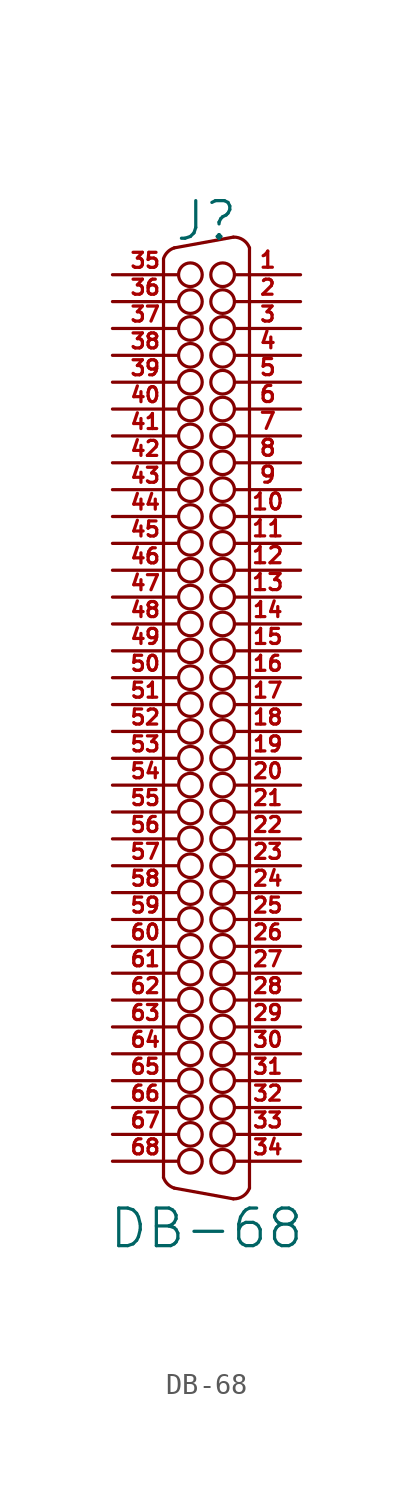
<source format=kicad_sym>
(kicad_symbol_lib
  (version 20201005)
  (generator kicad_symbol_editor)
  (symbol "DB-68"
    (pin_names
      (offset 1.016) hide)
    (property "Reference" "J"
      (at 0 23.495 0)
      (effects (font (size 1.778 1.778))))
    (property "Value" "DB-68"
      (at 0 -24.13 0)
      (effects (font (size 1.778 1.778))))
    (property "Footprint" ""
      (at 0 0 0)
      (effects (font (size 1.524 1.524))))
    (property "Datasheet" ""
      (at 0 0 0)
      (effects (font (size 1.524 1.524))))
    (symbol "DB-68_0_1"
      (arc (start -2.032 -21.717) (end -1.524 -22.225) (radius (at -1.27 -21.463) (length 0.7874) (angles -161.5 -108.4)) (stroke (width 0)) (fill (type none)))
      (arc (start -2.032 21.717) (end -1.524 22.225) (radius (at -1.27 21.463) (length 0.7874) (angles 161.5 108.4)) (stroke (width 0)) (fill (type none)))
      (arc (start 1.27 -22.733) (end 2.032 -22.225) (radius (at 1.2954 -21.9456) (length 0.7874) (angles -91.8 -20.7)) (stroke (width 0)) (fill (type none)))
      (arc (start 2.032 22.225) (end 1.27 22.733) (radius (at 1.2954 21.9456) (length 0.7874) (angles 20.7 91.8)) (stroke (width 0)) (fill (type none)))
      (circle (center -0.762 -20.955) (radius 0.559) (stroke (width 0)) (fill (type none)))
      (circle (center -0.762 -19.685) (radius 0.559) (stroke (width 0)) (fill (type none)))
      (circle (center -0.762 -18.415) (radius 0.559) (stroke (width 0)) (fill (type none)))
      (circle (center -0.762 -17.145) (radius 0.559) (stroke (width 0)) (fill (type none)))
      (circle (center -0.762 -15.875) (radius 0.559) (stroke (width 0)) (fill (type none)))
      (circle (center -0.762 -14.605) (radius 0.559) (stroke (width 0)) (fill (type none)))
      (circle (center -0.762 -13.335) (radius 0.559) (stroke (width 0)) (fill (type none)))
      (circle (center -0.762 -12.065) (radius 0.559) (stroke (width 0)) (fill (type none)))
      (circle (center -0.762 -10.795) (radius 0.559) (stroke (width 0)) (fill (type none)))
      (circle (center -0.762 -9.525) (radius 0.559) (stroke (width 0)) (fill (type none)))
      (circle (center -0.762 -8.255) (radius 0.559) (stroke (width 0)) (fill (type none)))
      (circle (center -0.762 -6.985) (radius 0.559) (stroke (width 0)) (fill (type none)))
      (circle (center -0.762 -5.715) (radius 0.559) (stroke (width 0)) (fill (type none)))
      (circle (center -0.762 -4.445) (radius 0.559) (stroke (width 0)) (fill (type none)))
      (circle (center -0.762 -3.175) (radius 0.559) (stroke (width 0)) (fill (type none)))
      (circle (center -0.762 -1.905) (radius 0.559) (stroke (width 0)) (fill (type none)))
      (circle (center -0.762 -0.635) (radius 0.559) (stroke (width 0)) (fill (type none)))
      (circle (center -0.762 0.635) (radius 0.559) (stroke (width 0)) (fill (type none)))
      (circle (center -0.762 1.905) (radius 0.559) (stroke (width 0)) (fill (type none)))
      (circle (center -0.762 3.175) (radius 0.559) (stroke (width 0)) (fill (type none)))
      (circle (center -0.762 4.445) (radius 0.559) (stroke (width 0)) (fill (type none)))
      (circle (center -0.762 5.715) (radius 0.559) (stroke (width 0)) (fill (type none)))
      (circle (center -0.762 6.985) (radius 0.559) (stroke (width 0)) (fill (type none)))
      (circle (center -0.762 8.255) (radius 0.559) (stroke (width 0)) (fill (type none)))
      (circle (center -0.762 9.525) (radius 0.559) (stroke (width 0)) (fill (type none)))
      (circle (center -0.762 10.795) (radius 0.559) (stroke (width 0)) (fill (type none)))
      (circle (center -0.762 12.065) (radius 0.559) (stroke (width 0)) (fill (type none)))
      (circle (center -0.762 13.335) (radius 0.559) (stroke (width 0)) (fill (type none)))
      (circle (center -0.762 14.605) (radius 0.559) (stroke (width 0)) (fill (type none)))
      (circle (center -0.762 15.875) (radius 0.559) (stroke (width 0)) (fill (type none)))
      (circle (center -0.762 17.145) (radius 0.559) (stroke (width 0)) (fill (type none)))
      (circle (center -0.762 18.415) (radius 0.559) (stroke (width 0)) (fill (type none)))
      (circle (center -0.762 19.685) (radius 0.559) (stroke (width 0)) (fill (type none)))
      (circle (center -0.762 20.955) (radius 0.559) (stroke (width 0)) (fill (type none)))
      (circle (center 0.762 -20.955) (radius 0.559) (stroke (width 0)) (fill (type none)))
      (circle (center 0.762 -19.685) (radius 0.559) (stroke (width 0)) (fill (type none)))
      (circle (center 0.762 -18.415) (radius 0.559) (stroke (width 0)) (fill (type none)))
      (circle (center 0.762 -17.145) (radius 0.559) (stroke (width 0)) (fill (type none)))
      (circle (center 0.762 -15.875) (radius 0.559) (stroke (width 0)) (fill (type none)))
      (circle (center 0.762 -14.605) (radius 0.559) (stroke (width 0)) (fill (type none)))
      (circle (center 0.762 -13.335) (radius 0.559) (stroke (width 0)) (fill (type none)))
      (circle (center 0.762 -12.065) (radius 0.559) (stroke (width 0)) (fill (type none)))
      (circle (center 0.762 -10.795) (radius 0.559) (stroke (width 0)) (fill (type none)))
      (circle (center 0.762 -9.525) (radius 0.559) (stroke (width 0)) (fill (type none)))
      (circle (center 0.762 -8.255) (radius 0.559) (stroke (width 0)) (fill (type none)))
      (circle (center 0.762 -6.985) (radius 0.559) (stroke (width 0)) (fill (type none)))
      (circle (center 0.762 -5.715) (radius 0.559) (stroke (width 0)) (fill (type none)))
      (circle (center 0.762 -4.445) (radius 0.559) (stroke (width 0)) (fill (type none)))
      (circle (center 0.762 -3.175) (radius 0.559) (stroke (width 0)) (fill (type none)))
      (circle (center 0.762 -1.905) (radius 0.559) (stroke (width 0)) (fill (type none)))
      (circle (center 0.762 -0.635) (radius 0.559) (stroke (width 0)) (fill (type none)))
      (circle (center 0.762 0.635) (radius 0.559) (stroke (width 0)) (fill (type none)))
      (circle (center 0.762 1.905) (radius 0.559) (stroke (width 0)) (fill (type none)))
      (circle (center 0.762 3.175) (radius 0.559) (stroke (width 0)) (fill (type none)))
      (circle (center 0.762 4.445) (radius 0.559) (stroke (width 0)) (fill (type none)))
      (circle (center 0.762 5.715) (radius 0.559) (stroke (width 0)) (fill (type none)))
      (circle (center 0.762 6.985) (radius 0.559) (stroke (width 0)) (fill (type none)))
      (circle (center 0.762 8.255) (radius 0.559) (stroke (width 0)) (fill (type none)))
      (circle (center 0.762 9.525) (radius 0.559) (stroke (width 0)) (fill (type none)))
      (circle (center 0.762 10.795) (radius 0.559) (stroke (width 0)) (fill (type none)))
      (circle (center 0.762 12.065) (radius 0.559) (stroke (width 0)) (fill (type none)))
      (circle (center 0.762 13.335) (radius 0.559) (stroke (width 0)) (fill (type none)))
      (circle (center 0.762 14.605) (radius 0.559) (stroke (width 0)) (fill (type none)))
      (circle (center 0.762 15.875) (radius 0.559) (stroke (width 0)) (fill (type none)))
      (circle (center 0.762 17.145) (radius 0.559) (stroke (width 0)) (fill (type none)))
      (circle (center 0.762 18.415) (radius 0.559) (stroke (width 0)) (fill (type none)))
      (circle (center 0.762 19.685) (radius 0.559) (stroke (width 0)) (fill (type none)))
      (circle (center 0.762 20.955) (radius 0.559) (stroke (width 0)) (fill (type none)))
      (polyline (pts (xy -2.032 -21.717) (xy -2.032 21.692)) (stroke (width 0)) (fill (type none)))
      (polyline (pts (xy 2.032 -22.225) (xy 2.032 22.225)) (stroke (width 0)) (fill (type none)))
      (polyline (pts (xy -1.524 -22.225) (xy 1.27 -22.733) (xy 1.27 -22.733)) (stroke (width 0)) (fill (type none)))
      (polyline (pts (xy -1.524 22.225) (xy 1.27 22.733) (xy 1.27 22.733)) (stroke (width 0)) (fill (type none))))
    (symbol "DB-68_1_1"
      (pin passive line (at 4.445 20.955 180) (length 3.099) (name "~" (effects (font (size 0.762 0.762)))) (number "1" (effects (font (size 0.762 0.762)))))
      (pin passive line (at 4.445 9.525 180) (length 3.099) (name "~" (effects (font (size 0.762 0.762)))) (number "10" (effects (font (size 0.762 0.762)))))
      (pin passive line (at 4.445 8.255 180) (length 3.099) (name "~" (effects (font (size 0.762 0.762)))) (number "11" (effects (font (size 0.762 0.762)))))
      (pin passive line (at 4.445 6.985 180) (length 3.099) (name "~" (effects (font (size 0.762 0.762)))) (number "12" (effects (font (size 0.762 0.762)))))
      (pin passive line (at 4.445 5.715 180) (length 3.099) (name "~" (effects (font (size 0.762 0.762)))) (number "13" (effects (font (size 0.762 0.762)))))
      (pin passive line (at 4.445 4.445 180) (length 3.099) (name "~" (effects (font (size 0.711 0.711)))) (number "14" (effects (font (size 0.711 0.711)))))
      (pin passive line (at 4.445 3.175 180) (length 3.099) (name "~" (effects (font (size 0.711 0.711)))) (number "15" (effects (font (size 0.711 0.711)))))
      (pin passive line (at 4.445 1.905 180) (length 3.099) (name "~" (effects (font (size 0.711 0.711)))) (number "16" (effects (font (size 0.711 0.711)))))
      (pin passive line (at 4.445 0.635 180) (length 3.099) (name "~" (effects (font (size 0.711 0.711)))) (number "17" (effects (font (size 0.711 0.711)))))
      (pin passive line (at 4.445 -0.635 180) (length 3.099) (name "~" (effects (font (size 0.711 0.711)))) (number "18" (effects (font (size 0.711 0.711)))))
      (pin passive line (at 4.445 -1.905 180) (length 3.099) (name "~" (effects (font (size 0.711 0.711)))) (number "19" (effects (font (size 0.711 0.711)))))
      (pin passive line (at 4.445 19.685 180) (length 3.099) (name "~" (effects (font (size 0.711 0.711)))) (number "2" (effects (font (size 0.711 0.711)))))
      (pin passive line (at 4.445 -3.175 180) (length 3.099) (name "~" (effects (font (size 0.711 0.711)))) (number "20" (effects (font (size 0.711 0.711)))))
      (pin passive line (at 4.445 -4.445 180) (length 3.099) (name "~" (effects (font (size 0.711 0.711)))) (number "21" (effects (font (size 0.711 0.711)))))
      (pin passive line (at 4.445 -5.715 180) (length 3.099) (name "~" (effects (font (size 0.711 0.711)))) (number "22" (effects (font (size 0.711 0.711)))))
      (pin passive line (at 4.445 -6.985 180) (length 3.099) (name "~" (effects (font (size 0.711 0.711)))) (number "23" (effects (font (size 0.711 0.711)))))
      (pin passive line (at 4.445 -8.255 180) (length 3.099) (name "~" (effects (font (size 0.711 0.711)))) (number "24" (effects (font (size 0.711 0.711)))))
      (pin passive line (at 4.445 -9.525 180) (length 3.099) (name "~" (effects (font (size 0.711 0.711)))) (number "25" (effects (font (size 0.711 0.711)))))
      (pin passive line (at 4.445 -10.795 180) (length 3.099) (name "~" (effects (font (size 0.711 0.711)))) (number "26" (effects (font (size 0.711 0.711)))))
      (pin passive line (at 4.445 -12.065 180) (length 3.099) (name "~" (effects (font (size 0.711 0.711)))) (number "27" (effects (font (size 0.711 0.711)))))
      (pin passive line (at 4.445 -13.335 180) (length 3.099) (name "~" (effects (font (size 0.711 0.711)))) (number "28" (effects (font (size 0.711 0.711)))))
      (pin passive line (at 4.445 -14.605 180) (length 3.099) (name "~" (effects (font (size 0.711 0.711)))) (number "29" (effects (font (size 0.711 0.711)))))
      (pin passive line (at 4.445 18.415 180) (length 3.099) (name "~" (effects (font (size 0.711 0.711)))) (number "3" (effects (font (size 0.711 0.711)))))
      (pin passive line (at 4.445 -15.875 180) (length 3.099) (name "~" (effects (font (size 0.711 0.711)))) (number "30" (effects (font (size 0.711 0.711)))))
      (pin passive line (at 4.445 -17.145 180) (length 3.099) (name "~" (effects (font (size 0.711 0.711)))) (number "31" (effects (font (size 0.711 0.711)))))
      (pin passive line (at 4.445 -18.415 180) (length 3.099) (name "~" (effects (font (size 0.711 0.711)))) (number "32" (effects (font (size 0.711 0.711)))))
      (pin passive line (at 4.445 -19.685 180) (length 3.099) (name "~" (effects (font (size 0.711 0.711)))) (number "33" (effects (font (size 0.711 0.711)))))
      (pin passive line (at 4.445 -20.955 180) (length 3.099) (name "~" (effects (font (size 0.711 0.711)))) (number "34" (effects (font (size 0.711 0.711)))))
      (pin passive line (at -4.445 20.955 0) (length 3.099) (name "~" (effects (font (size 0.711 0.711)))) (number "35" (effects (font (size 0.711 0.711)))))
      (pin passive line (at -4.445 19.685 0) (length 3.099) (name "~" (effects (font (size 0.711 0.711)))) (number "36" (effects (font (size 0.711 0.711)))))
      (pin passive line (at -4.445 18.415 0) (length 3.099) (name "~" (effects (font (size 0.711 0.711)))) (number "37" (effects (font (size 0.711 0.711)))))
      (pin passive line (at -4.445 17.145 0) (length 3.099) (name "~" (effects (font (size 0.711 0.711)))) (number "38" (effects (font (size 0.711 0.711)))))
      (pin passive line (at -4.445 15.875 0) (length 3.099) (name "~" (effects (font (size 0.711 0.711)))) (number "39" (effects (font (size 0.711 0.711)))))
      (pin passive line (at 4.445 17.145 180) (length 3.099) (name "~" (effects (font (size 0.762 0.762)))) (number "4" (effects (font (size 0.762 0.762)))))
      (pin passive line (at -4.445 14.605 0) (length 3.099) (name "~" (effects (font (size 0.711 0.711)))) (number "40" (effects (font (size 0.711 0.711)))))
      (pin passive line (at -4.445 13.335 0) (length 3.099) (name "~" (effects (font (size 0.711 0.711)))) (number "41" (effects (font (size 0.711 0.711)))))
      (pin passive line (at -4.445 12.065 0) (length 3.099) (name "~" (effects (font (size 0.711 0.711)))) (number "42" (effects (font (size 0.711 0.711)))))
      (pin passive line (at -4.445 10.795 0) (length 3.099) (name "~" (effects (font (size 0.711 0.711)))) (number "43" (effects (font (size 0.711 0.711)))))
      (pin passive line (at -4.445 9.525 0) (length 3.099) (name "~" (effects (font (size 0.711 0.711)))) (number "44" (effects (font (size 0.711 0.711)))))
      (pin passive line (at -4.445 8.255 0) (length 3.099) (name "~" (effects (font (size 0.711 0.711)))) (number "45" (effects (font (size 0.711 0.711)))))
      (pin passive line (at -4.445 6.985 0) (length 3.099) (name "~" (effects (font (size 0.711 0.711)))) (number "46" (effects (font (size 0.711 0.711)))))
      (pin passive line (at -4.445 5.715 0) (length 3.099) (name "~" (effects (font (size 0.711 0.711)))) (number "47" (effects (font (size 0.711 0.711)))))
      (pin passive line (at -4.445 4.445 0) (length 3.099) (name "~" (effects (font (size 0.711 0.711)))) (number "48" (effects (font (size 0.711 0.711)))))
      (pin passive line (at -4.445 3.175 0) (length 3.099) (name "~" (effects (font (size 0.711 0.711)))) (number "49" (effects (font (size 0.711 0.711)))))
      (pin passive line (at 4.445 15.875 180) (length 3.099) (name "~" (effects (font (size 0.762 0.762)))) (number "5" (effects (font (size 0.762 0.762)))))
      (pin passive line (at -4.445 1.905 0) (length 3.099) (name "~" (effects (font (size 0.711 0.711)))) (number "50" (effects (font (size 0.711 0.711)))))
      (pin passive line (at -4.445 0.635 0) (length 3.099) (name "~" (effects (font (size 0.711 0.711)))) (number "51" (effects (font (size 0.711 0.711)))))
      (pin passive line (at -4.445 -0.635 0) (length 3.099) (name "~" (effects (font (size 0.711 0.711)))) (number "52" (effects (font (size 0.711 0.711)))))
      (pin passive line (at -4.445 -1.905 0) (length 3.099) (name "~" (effects (font (size 0.711 0.711)))) (number "53" (effects (font (size 0.711 0.711)))))
      (pin passive line (at -4.445 -3.175 0) (length 3.099) (name "~" (effects (font (size 0.711 0.711)))) (number "54" (effects (font (size 0.711 0.711)))))
      (pin passive line (at -4.445 -4.445 0) (length 3.099) (name "~" (effects (font (size 0.711 0.711)))) (number "55" (effects (font (size 0.711 0.711)))))
      (pin passive line (at -4.445 -5.715 0) (length 3.099) (name "~" (effects (font (size 0.711 0.711)))) (number "56" (effects (font (size 0.711 0.711)))))
      (pin passive line (at -4.445 -6.985 0) (length 3.099) (name "~" (effects (font (size 0.711 0.711)))) (number "57" (effects (font (size 0.711 0.711)))))
      (pin passive line (at -4.445 -8.255 0) (length 3.099) (name "~" (effects (font (size 0.711 0.711)))) (number "58" (effects (font (size 0.711 0.711)))))
      (pin passive line (at -4.445 -9.525 0) (length 3.099) (name "~" (effects (font (size 0.711 0.711)))) (number "59" (effects (font (size 0.711 0.711)))))
      (pin passive line (at 4.445 14.605 180) (length 3.099) (name "~" (effects (font (size 0.762 0.762)))) (number "6" (effects (font (size 0.762 0.762)))))
      (pin passive line (at -4.445 -10.795 0) (length 3.099) (name "~" (effects (font (size 0.711 0.711)))) (number "60" (effects (font (size 0.711 0.711)))))
      (pin passive line (at -4.445 -12.065 0) (length 3.099) (name "~" (effects (font (size 0.711 0.711)))) (number "61" (effects (font (size 0.711 0.711)))))
      (pin passive line (at -4.445 -13.335 0) (length 3.099) (name "~" (effects (font (size 0.711 0.711)))) (number "62" (effects (font (size 0.711 0.711)))))
      (pin passive line (at -4.445 -14.605 0) (length 3.099) (name "~" (effects (font (size 0.711 0.711)))) (number "63" (effects (font (size 0.711 0.711)))))
      (pin passive line (at -4.445 -15.875 0) (length 3.099) (name "~" (effects (font (size 0.711 0.711)))) (number "64" (effects (font (size 0.711 0.711)))))
      (pin passive line (at -4.445 -17.145 0) (length 3.099) (name "~" (effects (font (size 0.711 0.711)))) (number "65" (effects (font (size 0.711 0.711)))))
      (pin passive line (at -4.445 -18.415 0) (length 3.099) (name "~" (effects (font (size 0.711 0.711)))) (number "66" (effects (font (size 0.711 0.711)))))
      (pin passive line (at -4.445 -19.685 0) (length 3.099) (name "~" (effects (font (size 0.711 0.711)))) (number "67" (effects (font (size 0.711 0.711)))))
      (pin passive line (at -4.445 -20.955 0) (length 3.099) (name "~" (effects (font (size 0.711 0.711)))) (number "68" (effects (font (size 0.711 0.711)))))
      (pin passive line (at 4.445 13.335 180) (length 3.099) (name "~" (effects (font (size 0.762 0.762)))) (number "7" (effects (font (size 0.762 0.762)))))
      (pin passive line (at 4.445 12.065 180) (length 3.099) (name "~" (effects (font (size 0.762 0.762)))) (number "8" (effects (font (size 0.762 0.762)))))
      (pin passive line (at 4.445 10.795 180) (length 3.099) (name "~" (effects (font (size 0.762 0.762)))) (number "9" (effects (font (size 0.762 0.762))))))))
</source>
